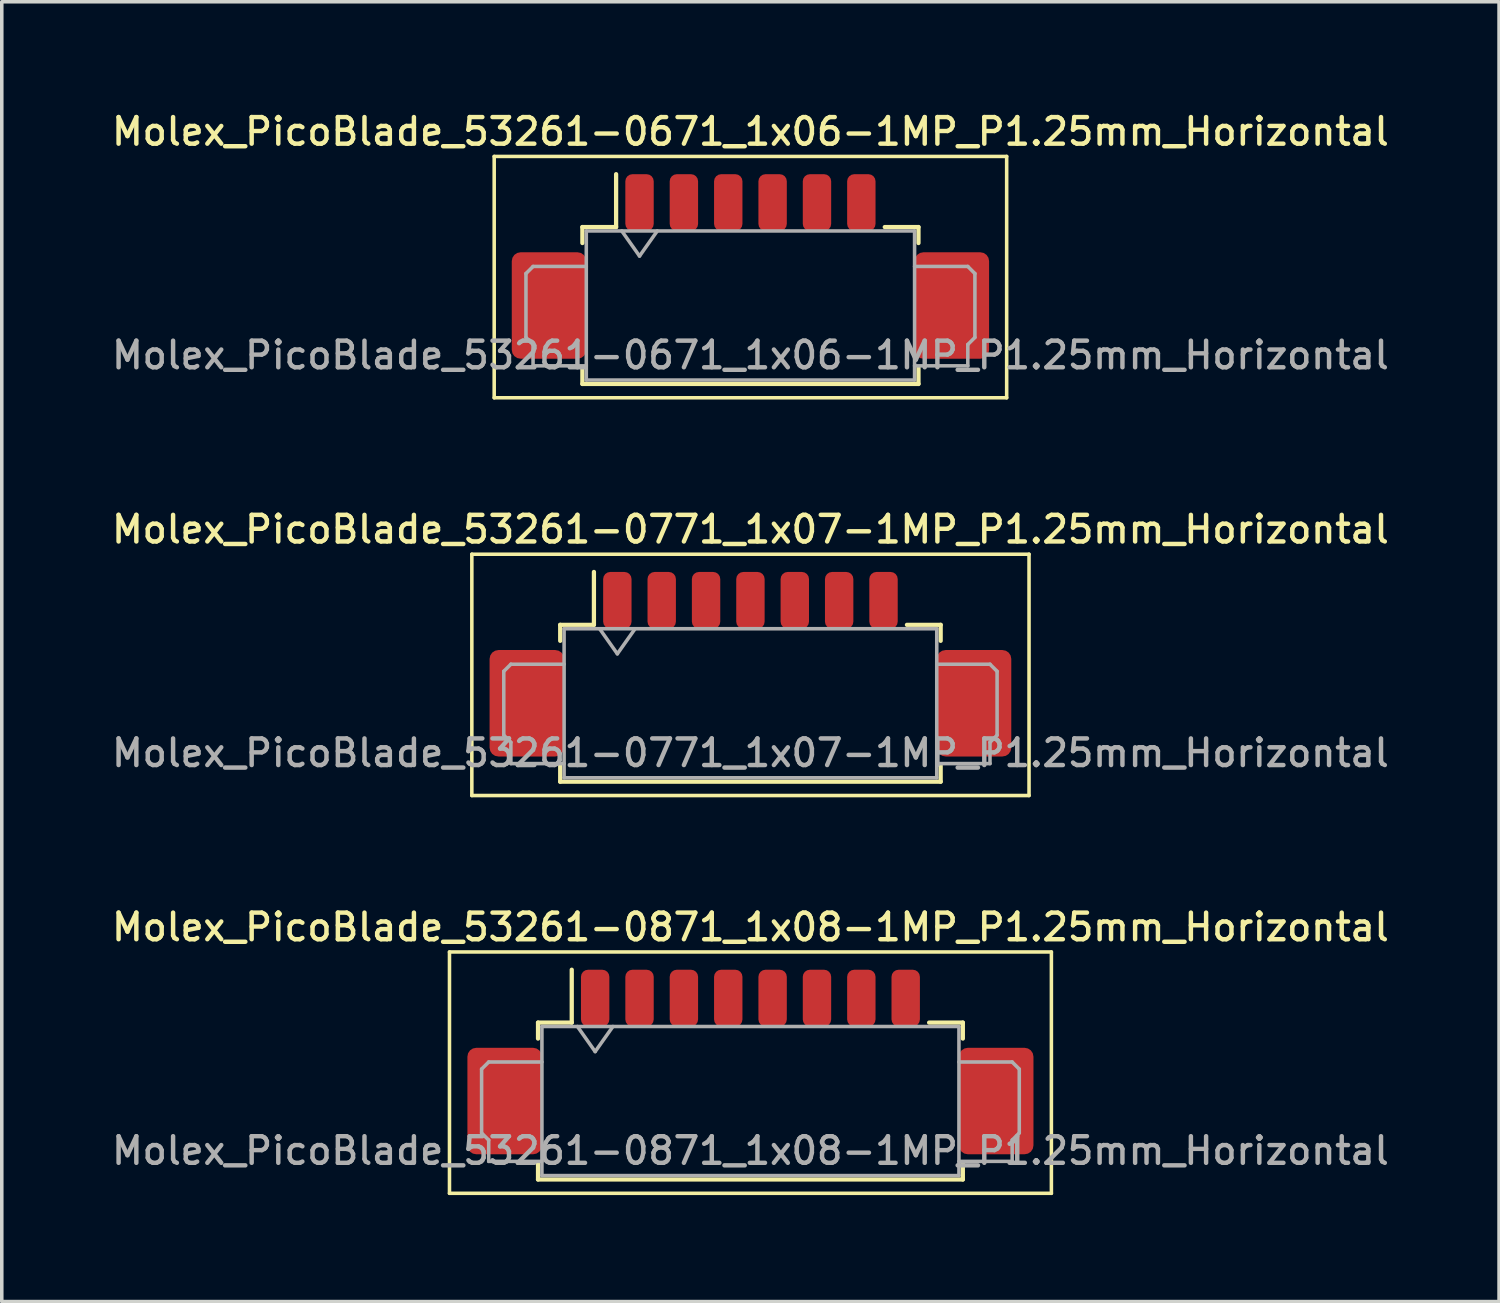
<source format=kicad_pcb>
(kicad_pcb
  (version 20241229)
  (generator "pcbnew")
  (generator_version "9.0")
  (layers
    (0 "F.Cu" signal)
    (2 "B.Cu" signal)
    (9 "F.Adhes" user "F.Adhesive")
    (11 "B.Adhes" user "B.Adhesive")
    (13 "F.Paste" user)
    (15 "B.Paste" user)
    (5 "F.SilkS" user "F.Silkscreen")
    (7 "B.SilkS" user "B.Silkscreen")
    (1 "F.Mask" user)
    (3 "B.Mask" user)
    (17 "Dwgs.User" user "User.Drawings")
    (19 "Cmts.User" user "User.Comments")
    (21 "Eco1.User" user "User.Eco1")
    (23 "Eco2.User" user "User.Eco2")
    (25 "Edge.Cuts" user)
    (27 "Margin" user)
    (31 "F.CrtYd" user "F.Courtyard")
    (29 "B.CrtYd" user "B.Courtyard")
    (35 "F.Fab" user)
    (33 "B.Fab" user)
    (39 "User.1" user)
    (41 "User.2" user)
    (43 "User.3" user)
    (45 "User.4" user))
  (footprint "Molex_PicoBlade_53261-0671_1x06-1MP_P1.25mm_Horizontal"
    (layer "F.Cu")
    (at 18.095 5.058)
    (property "Reference" "Molex_PicoBlade_53261-0671_1x06-1MP_P1.25mm_Horizontal" (at 0 -4.4 0) (layer "F.SilkS") (effects (font (size 0.75 0.75) (thickness 0.125))))
    (attr smd)
    (fp_line (start -7.22 -3.7) (end -7.22 3.1) (stroke (width 0.1) (type solid)) (layer "F.SilkS"))
    (fp_line (start -7.22 3.1) (end 7.22 3.1) (stroke (width 0.1) (type solid)) (layer "F.SilkS"))
    (fp_line (start -4.735 -1.71) (end -3.785 -1.71) (stroke (width 0.12) (type solid)) (layer "F.SilkS"))
    (fp_line (start -4.735 -1.26) (end -4.735 -1.71) (stroke (width 0.12) (type solid)) (layer "F.SilkS"))
    (fp_line (start -4.735 2.26) (end -4.735 2.71) (stroke (width 0.12) (type solid)) (layer "F.SilkS"))
    (fp_line (start -4.735 2.71) (end 4.735 2.71) (stroke (width 0.12) (type solid)) (layer "F.SilkS"))
    (fp_line (start -3.785 -1.71) (end -3.785 -3.2) (stroke (width 0.12) (type solid)) (layer "F.SilkS"))
    (fp_line (start 4.735 -1.71) (end 3.785 -1.71) (stroke (width 0.12) (type solid)) (layer "F.SilkS"))
    (fp_line (start 4.735 -1.26) (end 4.735 -1.71) (stroke (width 0.12) (type solid)) (layer "F.SilkS"))
    (fp_line (start 4.735 2.71) (end 4.735 2.26) (stroke (width 0.12) (type solid)) (layer "F.SilkS"))
    (fp_line (start 7.22 -3.7) (end -7.22 -3.7) (stroke (width 0.1) (type solid)) (layer "F.SilkS"))
    (fp_line (start 7.22 3.1) (end 7.22 -3.7) (stroke (width 0.1) (type solid)) (layer "F.SilkS"))
    (fp_line (start -6.325 -0.4) (end -6.325 1.4) (stroke (width 0.1) (type solid)) (layer "F.Fab"))
    (fp_line (start -6.325 1.4) (end -6.125 1.6) (stroke (width 0.1) (type solid)) (layer "F.Fab"))
    (fp_line (start -6.125 -0.6) (end -6.325 -0.4) (stroke (width 0.1) (type solid)) (layer "F.Fab"))
    (fp_line (start -6.125 1.6) (end -6.125 2.2) (stroke (width 0.1) (type solid)) (layer "F.Fab"))
    (fp_line (start -6.125 2.2) (end -4.625 2.2) (stroke (width 0.1) (type solid)) (layer "F.Fab"))
    (fp_line (start -4.625 -1.6) (end -4.625 2.6) (stroke (width 0.1) (type solid)) (layer "F.Fab"))
    (fp_line (start -4.625 -1.6) (end 4.625 -1.6) (stroke (width 0.1) (type solid)) (layer "F.Fab"))
    (fp_line (start -4.625 -0.6) (end -6.125 -0.6) (stroke (width 0.1) (type solid)) (layer "F.Fab"))
    (fp_line (start -4.625 2.6) (end 4.625 2.6) (stroke (width 0.1) (type solid)) (layer "F.Fab"))
    (fp_line (start -3.625 -1.6) (end -3.125 -0.893) (stroke (width 0.1) (type solid)) (layer "F.Fab"))
    (fp_line (start -3.125 -0.893) (end -2.625 -1.6) (stroke (width 0.1) (type solid)) (layer "F.Fab"))
    (fp_line (start 4.625 -1.6) (end 4.625 2.6) (stroke (width 0.1) (type solid)) (layer "F.Fab"))
    (fp_line (start 4.625 -0.6) (end 6.125 -0.6) (stroke (width 0.1) (type solid)) (layer "F.Fab"))
    (fp_line (start 6.125 -0.6) (end 6.325 -0.4) (stroke (width 0.1) (type solid)) (layer "F.Fab"))
    (fp_line (start 6.125 1.6) (end 6.125 2.2) (stroke (width 0.1) (type solid)) (layer "F.Fab"))
    (fp_line (start 6.125 2.2) (end 4.625 2.2) (stroke (width 0.1) (type solid)) (layer "F.Fab"))
    (fp_line (start 6.325 -0.4) (end 6.325 1.4) (stroke (width 0.1) (type solid)) (layer "F.Fab"))
    (fp_line (start 6.325 1.4) (end 6.125 1.6) (stroke (width 0.1) (type solid)) (layer "F.Fab"))
    (fp_text user "${REFERENCE}" (at 0 1.9 0) (layer "F.Fab") (effects (font (size 0.75 0.75) (thickness 0.125))))
    (pad "1" smd roundrect (at -3.125 -2.4) (size 0.8 1.6) (layers "F.Cu" "F.Mask" "F.Paste") (roundrect_rratio 0.25))
    (pad "2" smd roundrect (at -1.875 -2.4) (size 0.8 1.6) (layers "F.Cu" "F.Mask" "F.Paste") (roundrect_rratio 0.25))
    (pad "3" smd roundrect (at -0.625 -2.4) (size 0.8 1.6) (layers "F.Cu" "F.Mask" "F.Paste") (roundrect_rratio 0.25))
    (pad "4" smd roundrect (at 0.625 -2.4) (size 0.8 1.6) (layers "F.Cu" "F.Mask" "F.Paste") (roundrect_rratio 0.25))
    (pad "5" smd roundrect (at 1.875 -2.4) (size 0.8 1.6) (layers "F.Cu" "F.Mask" "F.Paste") (roundrect_rratio 0.25))
    (pad "6" smd roundrect (at 3.125 -2.4) (size 0.8 1.6) (layers "F.Cu" "F.Mask" "F.Paste") (roundrect_rratio 0.25))
    (pad "MP" smd roundrect (at -5.675 0.5) (size 2.1 3) (layers "F.Cu" "F.Mask" "F.Paste") (roundrect_rratio 0.119))
    (pad "MP" smd roundrect (at 5.675 0.5) (size 2.1 3) (layers "F.Cu" "F.Mask" "F.Paste") (roundrect_rratio 0.119)))
  (footprint "Molex_PicoBlade_53261-0771_1x07-1MP_P1.25mm_Horizontal"
    (layer "F.Cu")
    (at 18.095 16.266)
    (property "Reference" "Molex_PicoBlade_53261-0771_1x07-1MP_P1.25mm_Horizontal" (at 0 -4.4 0) (layer "F.SilkS") (effects (font (size 0.75 0.75) (thickness 0.125))))
    (attr smd)
    (fp_line (start -7.85 -3.7) (end -7.85 3.1) (stroke (width 0.1) (type solid)) (layer "F.SilkS"))
    (fp_line (start -7.85 3.1) (end 7.85 3.1) (stroke (width 0.1) (type solid)) (layer "F.SilkS"))
    (fp_line (start -5.36 -1.71) (end -4.41 -1.71) (stroke (width 0.12) (type solid)) (layer "F.SilkS"))
    (fp_line (start -5.36 -1.26) (end -5.36 -1.71) (stroke (width 0.12) (type solid)) (layer "F.SilkS"))
    (fp_line (start -5.36 2.26) (end -5.36 2.71) (stroke (width 0.12) (type solid)) (layer "F.SilkS"))
    (fp_line (start -5.36 2.71) (end 5.36 2.71) (stroke (width 0.12) (type solid)) (layer "F.SilkS"))
    (fp_line (start -4.41 -1.71) (end -4.41 -3.2) (stroke (width 0.12) (type solid)) (layer "F.SilkS"))
    (fp_line (start 5.36 -1.71) (end 4.41 -1.71) (stroke (width 0.12) (type solid)) (layer "F.SilkS"))
    (fp_line (start 5.36 -1.26) (end 5.36 -1.71) (stroke (width 0.12) (type solid)) (layer "F.SilkS"))
    (fp_line (start 5.36 2.71) (end 5.36 2.26) (stroke (width 0.12) (type solid)) (layer "F.SilkS"))
    (fp_line (start 7.85 -3.7) (end -7.85 -3.7) (stroke (width 0.1) (type solid)) (layer "F.SilkS"))
    (fp_line (start 7.85 3.1) (end 7.85 -3.7) (stroke (width 0.1) (type solid)) (layer "F.SilkS"))
    (fp_line (start -6.95 -0.4) (end -6.95 1.4) (stroke (width 0.1) (type solid)) (layer "F.Fab"))
    (fp_line (start -6.95 1.4) (end -6.75 1.6) (stroke (width 0.1) (type solid)) (layer "F.Fab"))
    (fp_line (start -6.75 -0.6) (end -6.95 -0.4) (stroke (width 0.1) (type solid)) (layer "F.Fab"))
    (fp_line (start -6.75 1.6) (end -6.75 2.2) (stroke (width 0.1) (type solid)) (layer "F.Fab"))
    (fp_line (start -6.75 2.2) (end -5.25 2.2) (stroke (width 0.1) (type solid)) (layer "F.Fab"))
    (fp_line (start -5.25 -1.6) (end -5.25 2.6) (stroke (width 0.1) (type solid)) (layer "F.Fab"))
    (fp_line (start -5.25 -1.6) (end 5.25 -1.6) (stroke (width 0.1) (type solid)) (layer "F.Fab"))
    (fp_line (start -5.25 -0.6) (end -6.75 -0.6) (stroke (width 0.1) (type solid)) (layer "F.Fab"))
    (fp_line (start -5.25 2.6) (end 5.25 2.6) (stroke (width 0.1) (type solid)) (layer "F.Fab"))
    (fp_line (start -4.25 -1.6) (end -3.75 -0.893) (stroke (width 0.1) (type solid)) (layer "F.Fab"))
    (fp_line (start -3.75 -0.893) (end -3.25 -1.6) (stroke (width 0.1) (type solid)) (layer "F.Fab"))
    (fp_line (start 5.25 -1.6) (end 5.25 2.6) (stroke (width 0.1) (type solid)) (layer "F.Fab"))
    (fp_line (start 5.25 -0.6) (end 6.75 -0.6) (stroke (width 0.1) (type solid)) (layer "F.Fab"))
    (fp_line (start 6.75 -0.6) (end 6.95 -0.4) (stroke (width 0.1) (type solid)) (layer "F.Fab"))
    (fp_line (start 6.75 1.6) (end 6.75 2.2) (stroke (width 0.1) (type solid)) (layer "F.Fab"))
    (fp_line (start 6.75 2.2) (end 5.25 2.2) (stroke (width 0.1) (type solid)) (layer "F.Fab"))
    (fp_line (start 6.95 -0.4) (end 6.95 1.4) (stroke (width 0.1) (type solid)) (layer "F.Fab"))
    (fp_line (start 6.95 1.4) (end 6.75 1.6) (stroke (width 0.1) (type solid)) (layer "F.Fab"))
    (fp_text user "${REFERENCE}" (at 0 1.9 0) (layer "F.Fab") (effects (font (size 0.75 0.75) (thickness 0.125))))
    (pad "1" smd roundrect (at -3.75 -2.4) (size 0.8 1.6) (layers "F.Cu" "F.Mask" "F.Paste") (roundrect_rratio 0.25))
    (pad "2" smd roundrect (at -2.5 -2.4) (size 0.8 1.6) (layers "F.Cu" "F.Mask" "F.Paste") (roundrect_rratio 0.25))
    (pad "3" smd roundrect (at -1.25 -2.4) (size 0.8 1.6) (layers "F.Cu" "F.Mask" "F.Paste") (roundrect_rratio 0.25))
    (pad "4" smd roundrect (at 0 -2.4) (size 0.8 1.6) (layers "F.Cu" "F.Mask" "F.Paste") (roundrect_rratio 0.25))
    (pad "5" smd roundrect (at 1.25 -2.4) (size 0.8 1.6) (layers "F.Cu" "F.Mask" "F.Paste") (roundrect_rratio 0.25))
    (pad "6" smd roundrect (at 2.5 -2.4) (size 0.8 1.6) (layers "F.Cu" "F.Mask" "F.Paste") (roundrect_rratio 0.25))
    (pad "7" smd roundrect (at 3.75 -2.4) (size 0.8 1.6) (layers "F.Cu" "F.Mask" "F.Paste") (roundrect_rratio 0.25))
    (pad "MP" smd roundrect (at -6.3 0.5) (size 2.1 3) (layers "F.Cu" "F.Mask" "F.Paste") (roundrect_rratio 0.119))
    (pad "MP" smd roundrect (at 6.3 0.5) (size 2.1 3) (layers "F.Cu" "F.Mask" "F.Paste") (roundrect_rratio 0.119)))
  (footprint "Molex_PicoBlade_53261-0871_1x08-1MP_P1.25mm_Horizontal"
    (layer "F.Cu")
    (at 18.095 27.474)
    (property "Reference" "Molex_PicoBlade_53261-0871_1x08-1MP_P1.25mm_Horizontal" (at 0 -4.4 0) (layer "F.SilkS") (effects (font (size 0.75 0.75) (thickness 0.125))))
    (attr smd)
    (fp_line (start -8.48 -3.7) (end -8.48 3.1) (stroke (width 0.1) (type solid)) (layer "F.SilkS"))
    (fp_line (start -8.48 3.1) (end 8.48 3.1) (stroke (width 0.1) (type solid)) (layer "F.SilkS"))
    (fp_line (start -5.985 -1.71) (end -5.035 -1.71) (stroke (width 0.12) (type solid)) (layer "F.SilkS"))
    (fp_line (start -5.985 -1.26) (end -5.985 -1.71) (stroke (width 0.12) (type solid)) (layer "F.SilkS"))
    (fp_line (start -5.985 2.26) (end -5.985 2.71) (stroke (width 0.12) (type solid)) (layer "F.SilkS"))
    (fp_line (start -5.985 2.71) (end 5.985 2.71) (stroke (width 0.12) (type solid)) (layer "F.SilkS"))
    (fp_line (start -5.035 -1.71) (end -5.035 -3.2) (stroke (width 0.12) (type solid)) (layer "F.SilkS"))
    (fp_line (start 5.985 -1.71) (end 5.035 -1.71) (stroke (width 0.12) (type solid)) (layer "F.SilkS"))
    (fp_line (start 5.985 -1.26) (end 5.985 -1.71) (stroke (width 0.12) (type solid)) (layer "F.SilkS"))
    (fp_line (start 5.985 2.71) (end 5.985 2.26) (stroke (width 0.12) (type solid)) (layer "F.SilkS"))
    (fp_line (start 8.48 -3.7) (end -8.48 -3.7) (stroke (width 0.1) (type solid)) (layer "F.SilkS"))
    (fp_line (start 8.48 3.1) (end 8.48 -3.7) (stroke (width 0.1) (type solid)) (layer "F.SilkS"))
    (fp_line (start -7.575 -0.4) (end -7.575 1.4) (stroke (width 0.1) (type solid)) (layer "F.Fab"))
    (fp_line (start -7.575 1.4) (end -7.375 1.6) (stroke (width 0.1) (type solid)) (layer "F.Fab"))
    (fp_line (start -7.375 -0.6) (end -7.575 -0.4) (stroke (width 0.1) (type solid)) (layer "F.Fab"))
    (fp_line (start -7.375 1.6) (end -7.375 2.2) (stroke (width 0.1) (type solid)) (layer "F.Fab"))
    (fp_line (start -7.375 2.2) (end -5.875 2.2) (stroke (width 0.1) (type solid)) (layer "F.Fab"))
    (fp_line (start -5.875 -1.6) (end -5.875 2.6) (stroke (width 0.1) (type solid)) (layer "F.Fab"))
    (fp_line (start -5.875 -1.6) (end 5.875 -1.6) (stroke (width 0.1) (type solid)) (layer "F.Fab"))
    (fp_line (start -5.875 -0.6) (end -7.375 -0.6) (stroke (width 0.1) (type solid)) (layer "F.Fab"))
    (fp_line (start -5.875 2.6) (end 5.875 2.6) (stroke (width 0.1) (type solid)) (layer "F.Fab"))
    (fp_line (start -4.875 -1.6) (end -4.375 -0.893) (stroke (width 0.1) (type solid)) (layer "F.Fab"))
    (fp_line (start -4.375 -0.893) (end -3.875 -1.6) (stroke (width 0.1) (type solid)) (layer "F.Fab"))
    (fp_line (start 5.875 -1.6) (end 5.875 2.6) (stroke (width 0.1) (type solid)) (layer "F.Fab"))
    (fp_line (start 5.875 -0.6) (end 7.375 -0.6) (stroke (width 0.1) (type solid)) (layer "F.Fab"))
    (fp_line (start 7.375 -0.6) (end 7.575 -0.4) (stroke (width 0.1) (type solid)) (layer "F.Fab"))
    (fp_line (start 7.375 1.6) (end 7.375 2.2) (stroke (width 0.1) (type solid)) (layer "F.Fab"))
    (fp_line (start 7.375 2.2) (end 5.875 2.2) (stroke (width 0.1) (type solid)) (layer "F.Fab"))
    (fp_line (start 7.575 -0.4) (end 7.575 1.4) (stroke (width 0.1) (type solid)) (layer "F.Fab"))
    (fp_line (start 7.575 1.4) (end 7.375 1.6) (stroke (width 0.1) (type solid)) (layer "F.Fab"))
    (fp_text user "${REFERENCE}" (at 0 1.9 0) (layer "F.Fab") (effects (font (size 0.75 0.75) (thickness 0.125))))
    (pad "1" smd roundrect (at -4.375 -2.4) (size 0.8 1.6) (layers "F.Cu" "F.Mask" "F.Paste") (roundrect_rratio 0.25))
    (pad "2" smd roundrect (at -3.125 -2.4) (size 0.8 1.6) (layers "F.Cu" "F.Mask" "F.Paste") (roundrect_rratio 0.25))
    (pad "3" smd roundrect (at -1.875 -2.4) (size 0.8 1.6) (layers "F.Cu" "F.Mask" "F.Paste") (roundrect_rratio 0.25))
    (pad "4" smd roundrect (at -0.625 -2.4) (size 0.8 1.6) (layers "F.Cu" "F.Mask" "F.Paste") (roundrect_rratio 0.25))
    (pad "5" smd roundrect (at 0.625 -2.4) (size 0.8 1.6) (layers "F.Cu" "F.Mask" "F.Paste") (roundrect_rratio 0.25))
    (pad "6" smd roundrect (at 1.875 -2.4) (size 0.8 1.6) (layers "F.Cu" "F.Mask" "F.Paste") (roundrect_rratio 0.25))
    (pad "7" smd roundrect (at 3.125 -2.4) (size 0.8 1.6) (layers "F.Cu" "F.Mask" "F.Paste") (roundrect_rratio 0.25))
    (pad "8" smd roundrect (at 4.375 -2.4) (size 0.8 1.6) (layers "F.Cu" "F.Mask" "F.Paste") (roundrect_rratio 0.25))
    (pad "MP" smd roundrect (at -6.925 0.5) (size 2.1 3) (layers "F.Cu" "F.Mask" "F.Paste") (roundrect_rratio 0.119))
    (pad "MP" smd roundrect (at 6.925 0.5) (size 2.1 3) (layers "F.Cu" "F.Mask" "F.Paste") (roundrect_rratio 0.119)))
  (gr_rect
    (start -3 -3)
    (end 39.189 33.624)
    (stroke (width 0.1) (type default))
    (fill no)
    (layer "Edge.Cuts")))
</source>
